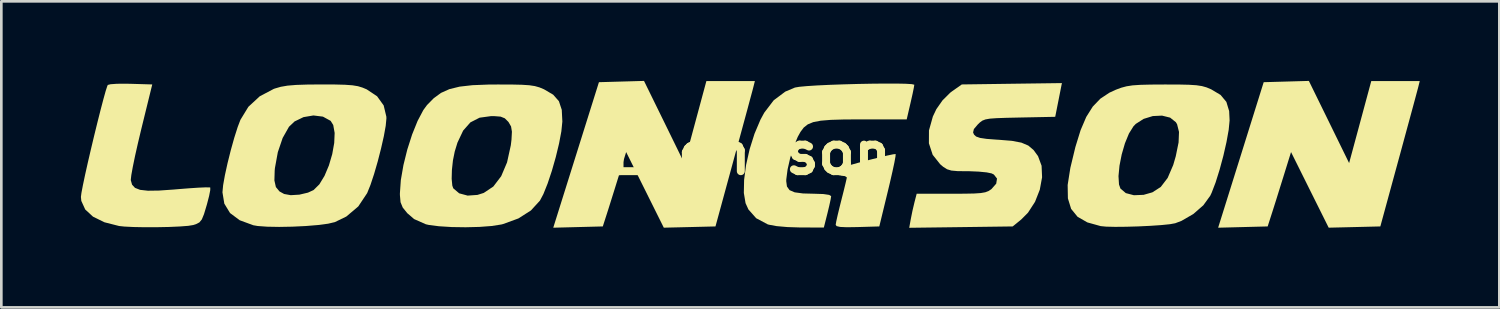
<source format=kicad_pcb>
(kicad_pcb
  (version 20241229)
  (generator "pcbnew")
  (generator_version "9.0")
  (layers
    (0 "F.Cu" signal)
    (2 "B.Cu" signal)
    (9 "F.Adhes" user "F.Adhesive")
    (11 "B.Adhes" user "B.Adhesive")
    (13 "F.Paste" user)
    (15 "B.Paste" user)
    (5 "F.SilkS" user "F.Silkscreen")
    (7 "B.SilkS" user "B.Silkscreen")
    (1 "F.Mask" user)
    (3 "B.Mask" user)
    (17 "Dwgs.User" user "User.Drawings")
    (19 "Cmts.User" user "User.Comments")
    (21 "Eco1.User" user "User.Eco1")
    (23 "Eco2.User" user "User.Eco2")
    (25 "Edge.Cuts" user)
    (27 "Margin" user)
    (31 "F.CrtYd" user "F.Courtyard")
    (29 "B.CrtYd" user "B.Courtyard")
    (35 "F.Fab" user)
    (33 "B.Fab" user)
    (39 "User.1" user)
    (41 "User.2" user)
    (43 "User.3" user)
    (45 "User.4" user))
  (footprint "Loongson"
    (layer "F.Cu")
    (at 25.231 2.724)
    (property "Reference" "Loongson" (at 0 0 0) (layer "F.SilkS") (effects (font (size 1.5 1.5) (thickness 0.3))))
    (attr board_only exclude_from_pos_files exclude_from_bom)
    (fp_poly (pts (xy -3.247 -1.176) (xy -2.489 0.373) (xy -2.072 -1.173) (xy -1.655 -2.718) (xy -0.741 -2.718) (xy 0.173 -2.718) (xy 0.114 -2.485) (xy 0.078 -2.346) (xy 0.002 -2.066) (xy -0.105 -1.666) (xy -0.24 -1.17) (xy -0.395 -0.6) (xy -0.565 0.023) (xy -0.628 0.255) (xy -1.312 2.761) (xy -2.286 2.785) (xy -3.26 2.808) (xy -3.969 1.383) (xy -4.679 -0.042) (xy -4.969 0.892) (xy -5.103 1.323) (xy -5.236 1.747) (xy -5.349 2.107) (xy -5.409 2.294) (xy -5.559 2.761) (xy -6.493 2.785) (xy -7.427 2.809) (xy -6.566 0.066) (xy -5.705 -2.676) (xy -4.856 -2.7) (xy -4.006 -2.724)) (stroke (width 0) (type solid)) (fill yes) (layer "F.SilkS"))
    (fp_poly (pts (xy 21.814 -1.176) (xy 22.572 0.373) (xy 22.99 -1.173) (xy 23.407 -2.718) (xy 24.32 -2.718) (xy 25.234 -2.718) (xy 25.176 -2.485) (xy 25.139 -2.346) (xy 25.064 -2.066) (xy 24.956 -1.666) (xy 24.821 -1.17) (xy 24.666 -0.6) (xy 24.497 0.023) (xy 24.433 0.255) (xy 23.749 2.761) (xy 22.775 2.785) (xy 21.802 2.808) (xy 21.092 1.383) (xy 20.383 -0.042) (xy 20.093 0.892) (xy 19.958 1.323) (xy 19.826 1.747) (xy 19.712 2.107) (xy 19.652 2.294) (xy 19.502 2.761) (xy 18.568 2.785) (xy 17.635 2.809) (xy 18.494 0.066) (xy 19.352 -2.676) (xy 20.204 -2.7) (xy 21.055 -2.724)) (stroke (width 0) (type solid)) (fill yes) (layer "F.SilkS"))
    (fp_poly (pts (xy 5.48 0.033) (xy 5.473 0.124) (xy 5.432 0.351) (xy 5.36 0.687) (xy 5.265 1.102) (xy 5.19 1.416) (xy 4.863 2.761) (xy 4.04 2.785) (xy 3.641 2.791) (xy 3.386 2.78) (xy 3.254 2.749) (xy 3.219 2.7) (xy 3.24 2.575) (xy 3.295 2.327) (xy 3.375 1.998) (xy 3.429 1.784) (xy 3.518 1.433) (xy 3.588 1.146) (xy 3.631 0.96) (xy 3.639 0.913) (xy 3.568 0.865) (xy 3.429 0.849) (xy 3.265 0.8) (xy 3.219 0.693) (xy 3.304 0.586) (xy 3.365 0.561) (xy 3.704 0.463) (xy 4.087 0.357) (xy 4.482 0.254) (xy 4.854 0.161) (xy 5.167 0.088) (xy 5.387 0.042) (xy 5.479 0.032)) (stroke (width 0) (type solid)) (fill yes) (layer "F.SilkS"))
    (fp_poly (pts (xy -23.35 -2.615) (xy -22.542 -2.591) (xy -22.959 -0.894) (xy -23.084 -0.368) (xy -23.192 0.112) (xy -23.276 0.52) (xy -23.331 0.825) (xy -23.351 1) (xy -23.351 1.017) (xy -23.303 1.187) (xy -23.193 1.307) (xy -23.001 1.382) (xy -22.706 1.415) (xy -22.288 1.409) (xy -21.727 1.37) (xy -21.613 1.36) (xy -21.178 1.325) (xy -20.806 1.3) (xy -20.527 1.288) (xy -20.374 1.291) (xy -20.355 1.296) (xy -20.356 1.393) (xy -20.398 1.609) (xy -20.474 1.903) (xy -20.495 1.977) (xy -20.592 2.299) (xy -20.673 2.496) (xy -20.764 2.608) (xy -20.893 2.675) (xy -20.996 2.708) (xy -21.188 2.739) (xy -21.507 2.763) (xy -21.914 2.781) (xy -22.367 2.79) (xy -22.825 2.791) (xy -23.248 2.783) (xy -23.593 2.766) (xy -23.791 2.745) (xy -24.345 2.604) (xy -24.775 2.393) (xy -25.069 2.122) (xy -25.216 1.799) (xy -25.231 1.649) (xy -25.211 1.495) (xy -25.157 1.212) (xy -25.076 0.827) (xy -24.974 0.37) (xy -24.857 -0.133) (xy -24.733 -0.654) (xy -24.608 -1.163) (xy -24.489 -1.634) (xy -24.383 -2.037) (xy -24.297 -2.347) (xy -24.236 -2.533) (xy -24.217 -2.573) (xy -24.111 -2.599) (xy -23.877 -2.616) (xy -23.555 -2.619)) (stroke (width 0) (type solid)) (fill yes) (layer "F.SilkS"))
    (fp_poly (pts (xy 5.498 -2.624) (xy 5.847 -2.617) (xy 6.084 -2.603) (xy 6.181 -2.581) (xy 6.182 -2.578) (xy 6.164 -2.465) (xy 6.117 -2.235) (xy 6.049 -1.933) (xy 6.039 -1.89) (xy 5.896 -1.274) (xy 4.197 -1.274) (xy 3.545 -1.271) (xy 3.039 -1.256) (xy 2.657 -1.225) (xy 2.374 -1.171) (xy 2.167 -1.086) (xy 2.014 -0.965) (xy 1.892 -0.802) (xy 1.788 -0.614) (xy 1.639 -0.257) (xy 1.505 0.176) (xy 1.405 0.615) (xy 1.357 0.987) (xy 1.355 1.055) (xy 1.382 1.256) (xy 1.48 1.393) (xy 1.674 1.476) (xy 1.988 1.518) (xy 2.419 1.529) (xy 2.754 1.54) (xy 2.972 1.572) (xy 3.048 1.618) (xy 3.029 1.741) (xy 2.978 1.976) (xy 2.911 2.255) (xy 2.773 2.803) (xy 1.874 2.8) (xy 1.398 2.785) (xy 0.992 2.749) (xy 0.699 2.695) (xy 0.648 2.679) (xy 0.223 2.452) (xy -0.07 2.122) (xy -0.178 1.885) (xy -0.243 1.499) (xy -0.233 1.004) (xy -0.158 0.441) (xy -0.024 -0.152) (xy 0.159 -0.733) (xy 0.384 -1.264) (xy 0.526 -1.526) (xy 0.884 -1.995) (xy 1.318 -2.32) (xy 1.683 -2.474) (xy 1.846 -2.502) (xy 2.137 -2.529) (xy 2.528 -2.554) (xy 2.993 -2.576) (xy 3.506 -2.594) (xy 4.04 -2.609) (xy 4.568 -2.619) (xy 5.062 -2.624)) (stroke (width 0) (type solid)) (fill yes) (layer "F.SilkS"))
    (fp_poly (pts (xy 11.62 -2.006) (xy 11.494 -1.371) (xy 10.151 -1.344) (xy 9.647 -1.333) (xy 9.283 -1.32) (xy 9.031 -1.302) (xy 8.862 -1.272) (xy 8.746 -1.226) (xy 8.656 -1.16) (xy 8.575 -1.082) (xy 8.428 -0.909) (xy 8.398 -0.782) (xy 8.434 -0.7) (xy 8.512 -0.628) (xy 8.659 -0.576) (xy 8.907 -0.539) (xy 9.288 -0.51) (xy 9.375 -0.505) (xy 9.864 -0.465) (xy 10.22 -0.397) (xy 10.479 -0.287) (xy 10.678 -0.119) (xy 10.846 0.111) (xy 10.98 0.473) (xy 10.999 0.908) (xy 10.913 1.375) (xy 10.733 1.833) (xy 10.469 2.241) (xy 10.215 2.497) (xy 9.891 2.761) (xy 7.941 2.787) (xy 5.991 2.812) (xy 6.049 2.489) (xy 6.113 2.171) (xy 6.188 1.853) (xy 6.189 1.848) (xy 6.272 1.529) (xy 7.57 1.529) (xy 8.072 1.527) (xy 8.434 1.52) (xy 8.687 1.503) (xy 8.859 1.473) (xy 8.98 1.427) (xy 9.08 1.361) (xy 9.09 1.353) (xy 9.27 1.149) (xy 9.3 0.956) (xy 9.18 0.804) (xy 9.096 0.762) (xy 8.911 0.724) (xy 8.613 0.695) (xy 8.259 0.68) (xy 8.168 0.68) (xy 7.813 0.676) (xy 7.579 0.655) (xy 7.415 0.605) (xy 7.271 0.513) (xy 7.158 0.417) (xy 6.875 0.061) (xy 6.733 -0.371) (xy 6.735 -0.858) (xy 6.882 -1.383) (xy 7.013 -1.658) (xy 7.245 -1.99) (xy 7.535 -2.279) (xy 7.606 -2.333) (xy 7.973 -2.591) (xy 9.859 -2.617) (xy 11.746 -2.642)) (stroke (width 0) (type solid)) (fill yes) (layer "F.SilkS"))
    (fp_poly (pts (xy -15.656 -2.589) (xy -15.277 -2.579) (xy -14.999 -2.559) (xy -14.79 -2.525) (xy -14.616 -2.472) (xy -14.459 -2.406) (xy -14.068 -2.146) (xy -13.819 -1.8) (xy -13.718 -1.377) (xy -13.716 -1.308) (xy -13.742 -1.032) (xy -13.813 -0.639) (xy -13.918 -0.176) (xy -14.044 0.315) (xy -14.181 0.787) (xy -14.317 1.197) (xy -14.44 1.501) (xy -14.442 1.506) (xy -14.776 2.007) (xy -15.228 2.389) (xy -15.659 2.598) (xy -15.914 2.658) (xy -16.295 2.708) (xy -16.758 2.746) (xy -17.26 2.77) (xy -17.758 2.779) (xy -18.208 2.771) (xy -18.567 2.745) (xy -18.735 2.716) (xy -19.247 2.527) (xy -19.61 2.256) (xy -19.826 1.901) (xy -19.896 1.474) (xy -19.871 1.21) (xy -19.839 1.028) (xy -17.938 1.028) (xy -17.882 1.277) (xy -17.745 1.442) (xy -17.571 1.538) (xy -17.321 1.583) (xy -16.995 1.563) (xy -16.673 1.487) (xy -16.462 1.39) (xy -16.244 1.175) (xy -16.048 0.853) (xy -15.883 0.461) (xy -15.758 0.036) (xy -15.683 -0.385) (xy -15.667 -0.763) (xy -15.72 -1.061) (xy -15.817 -1.218) (xy -16.109 -1.378) (xy -16.468 -1.422) (xy -16.841 -1.359) (xy -17.178 -1.196) (xy -17.388 -0.996) (xy -17.627 -0.573) (xy -17.809 -0.037) (xy -17.918 0.56) (xy -17.927 0.657) (xy -17.938 1.028) (xy -19.839 1.028) (xy -19.803 0.828) (xy -19.703 0.373) (xy -19.582 -0.111) (xy -19.451 -0.58) (xy -19.32 -0.991) (xy -19.218 -1.258) (xy -18.919 -1.748) (xy -18.491 -2.144) (xy -17.96 -2.424) (xy -17.916 -2.439) (xy -17.699 -2.502) (xy -17.444 -2.546) (xy -17.117 -2.573) (xy -16.686 -2.587) (xy -16.171 -2.591)) (stroke (width 0) (type solid)) (fill yes) (layer "F.SilkS"))
    (fp_poly (pts (xy -9.002 -2.588) (xy -8.615 -2.579) (xy -8.332 -2.561) (xy -8.12 -2.529) (xy -7.947 -2.48) (xy -7.78 -2.41) (xy -7.775 -2.408) (xy -7.43 -2.205) (xy -7.214 -1.96) (xy -7.106 -1.634) (xy -7.084 -1.193) (xy -7.121 -0.826) (xy -7.208 -0.364) (xy -7.332 0.148) (xy -7.48 0.667) (xy -7.64 1.146) (xy -7.799 1.542) (xy -7.929 1.788) (xy -8.269 2.159) (xy -8.741 2.46) (xy -9.315 2.67) (xy -9.386 2.688) (xy -9.743 2.744) (xy -10.208 2.779) (xy -10.73 2.792) (xy -11.257 2.784) (xy -11.738 2.754) (xy -12.122 2.704) (xy -12.231 2.679) (xy -12.671 2.484) (xy -12.93 2.261) (xy -13.101 2.048) (xy -13.183 1.848) (xy -13.207 1.578) (xy -13.207 1.509) (xy -13.172 1.011) (xy -13.164 0.966) (xy -11.256 0.966) (xy -11.232 1.221) (xy -11.196 1.324) (xy -10.973 1.513) (xy -10.654 1.599) (xy -10.285 1.573) (xy -10.047 1.498) (xy -9.685 1.256) (xy -9.389 0.867) (xy -9.168 0.346) (xy -9.027 -0.296) (xy -9.001 -0.51) (xy -8.985 -0.809) (xy -9.017 -1.007) (xy -9.11 -1.168) (xy -9.127 -1.189) (xy -9.254 -1.315) (xy -9.411 -1.378) (xy -9.658 -1.397) (xy -9.771 -1.397) (xy -10.204 -1.338) (xy -10.55 -1.161) (xy -10.823 -0.852) (xy -11.038 -0.398) (xy -11.14 -0.064) (xy -11.208 0.272) (xy -11.247 0.633) (xy -11.256 0.966) (xy -13.164 0.966) (xy -13.074 0.448) (xy -12.928 -0.139) (xy -12.746 -0.707) (xy -12.54 -1.217) (xy -12.324 -1.625) (xy -12.185 -1.815) (xy -11.927 -2.076) (xy -11.656 -2.273) (xy -11.342 -2.414) (xy -10.958 -2.508) (xy -10.475 -2.563) (xy -9.865 -2.587) (xy -9.525 -2.589)) (stroke (width 0) (type solid)) (fill yes) (layer "F.SilkS"))
    (fp_poly (pts (xy 16.144 -2.588) (xy 16.531 -2.579) (xy 16.814 -2.561) (xy 17.026 -2.529) (xy 17.199 -2.48) (xy 17.366 -2.41) (xy 17.371 -2.408) (xy 17.726 -2.196) (xy 17.945 -1.934) (xy 18.05 -1.587) (xy 18.067 -1.235) (xy 18.033 -0.882) (xy 17.95 -0.421) (xy 17.832 0.097) (xy 17.69 0.623) (xy 17.539 1.105) (xy 17.39 1.493) (xy 17.338 1.603) (xy 17.077 1.964) (xy 16.698 2.294) (xy 16.254 2.551) (xy 16.017 2.641) (xy 15.819 2.677) (xy 15.494 2.71) (xy 15.083 2.738) (xy 14.628 2.76) (xy 14.171 2.773) (xy 13.753 2.777) (xy 13.416 2.769) (xy 13.208 2.749) (xy 12.705 2.609) (xy 12.336 2.397) (xy 12.094 2.1) (xy 11.972 1.705) (xy 11.963 1.199) (xy 12.015 0.866) (xy 13.879 0.866) (xy 13.898 1.179) (xy 13.953 1.334) (xy 14.155 1.505) (xy 14.46 1.585) (xy 14.826 1.57) (xy 15.156 1.476) (xy 15.472 1.273) (xy 15.732 0.933) (xy 15.942 0.445) (xy 16.038 0.115) (xy 16.144 -0.405) (xy 16.16 -0.8) (xy 16.088 -1.089) (xy 16.042 -1.167) (xy 15.826 -1.34) (xy 15.52 -1.416) (xy 15.172 -1.399) (xy 14.827 -1.293) (xy 14.531 -1.104) (xy 14.444 -1.014) (xy 14.273 -0.74) (xy 14.122 -0.372) (xy 14 0.047) (xy 13.916 0.475) (xy 13.879 0.866) (xy 12.015 0.866) (xy 12.062 0.569) (xy 12.066 0.547) (xy 12.255 -0.235) (xy 12.45 -0.866) (xy 12.664 -1.367) (xy 12.909 -1.756) (xy 13.195 -2.054) (xy 13.534 -2.279) (xy 13.782 -2.393) (xy 13.984 -2.468) (xy 14.182 -2.521) (xy 14.409 -2.556) (xy 14.7 -2.576) (xy 15.092 -2.586) (xy 15.617 -2.589) (xy 15.621 -2.589)) (stroke (width 0) (type solid)) (fill yes) (layer "F.SilkS")))
  (gr_rect
    (start -3 -3)
    (end 53.465 8.536)
    (stroke (width 0.1) (type default))
    (fill no)
    (layer "Edge.Cuts")))
</source>
